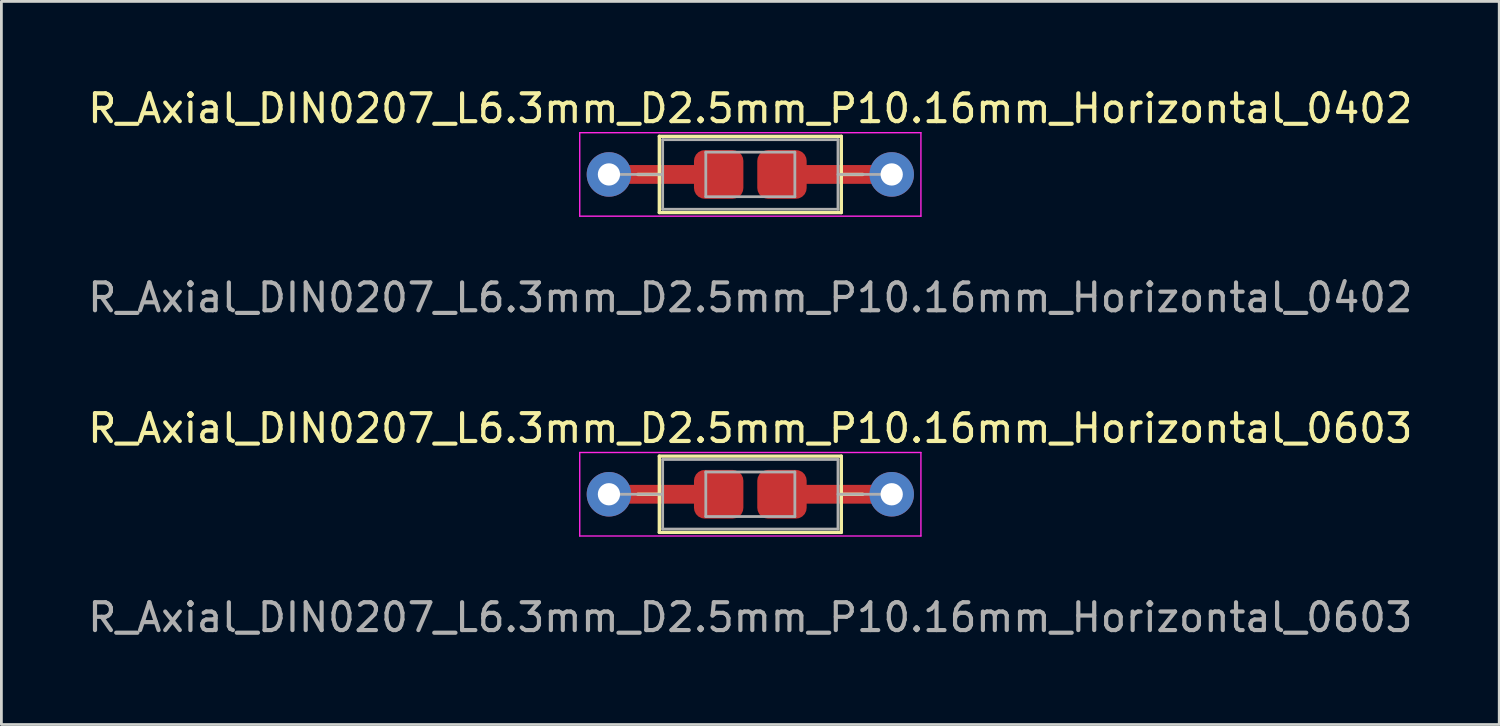
<source format=kicad_pcb>
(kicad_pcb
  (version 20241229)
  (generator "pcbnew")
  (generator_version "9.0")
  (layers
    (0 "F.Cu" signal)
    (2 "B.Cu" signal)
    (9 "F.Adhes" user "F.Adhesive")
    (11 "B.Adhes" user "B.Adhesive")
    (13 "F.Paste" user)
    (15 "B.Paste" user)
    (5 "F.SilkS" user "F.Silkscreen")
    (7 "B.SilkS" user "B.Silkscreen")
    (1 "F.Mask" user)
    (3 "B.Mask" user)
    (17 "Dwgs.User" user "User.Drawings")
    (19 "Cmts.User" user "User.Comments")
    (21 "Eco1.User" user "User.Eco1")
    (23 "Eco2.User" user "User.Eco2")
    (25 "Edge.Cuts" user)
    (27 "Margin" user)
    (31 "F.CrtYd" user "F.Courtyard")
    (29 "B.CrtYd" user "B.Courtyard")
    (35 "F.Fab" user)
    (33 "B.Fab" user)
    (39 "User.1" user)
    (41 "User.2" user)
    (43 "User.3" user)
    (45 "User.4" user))
  (footprint "R_Axial_DIN0207_L6.3mm_D2.5mm_P10.16mm_Horizontal_0603"
    (layer "F.Cu")
    (at 23.911 14.71)
    (property "Reference" "R_Axial_DIN0207_L6.3mm_D2.5mm_P10.16mm_Horizontal_0603" (at 0 -2.37 0) (layer "F.SilkS") (effects (font (size 1 1) (thickness 0.15))))
    (attr through_hole)
    (fp_line (start -4.04 0) (end -3.27 0) (stroke (width 0.12) (type solid)) (layer "F.SilkS"))
    (fp_line (start -3.27 -1.37) (end -3.27 1.37) (stroke (width 0.12) (type solid)) (layer "F.SilkS"))
    (fp_line (start -3.27 1.37) (end 3.27 1.37) (stroke (width 0.12) (type solid)) (layer "F.SilkS"))
    (fp_line (start 3.27 -1.37) (end -3.27 -1.37) (stroke (width 0.12) (type solid)) (layer "F.SilkS"))
    (fp_line (start 3.27 1.37) (end 3.27 -1.37) (stroke (width 0.12) (type solid)) (layer "F.SilkS"))
    (fp_line (start 4.04 0) (end 3.27 0) (stroke (width 0.12) (type solid)) (layer "F.SilkS"))
    (fp_line (start -6.13 -1.5) (end -6.13 1.5) (stroke (width 0.05) (type solid)) (layer "F.CrtYd"))
    (fp_line (start -6.13 1.5) (end 6.13 1.5) (stroke (width 0.05) (type solid)) (layer "F.CrtYd"))
    (fp_line (start 6.13 -1.5) (end -6.13 -1.5) (stroke (width 0.05) (type solid)) (layer "F.CrtYd"))
    (fp_line (start 6.13 1.5) (end 6.13 -1.5) (stroke (width 0.05) (type solid)) (layer "F.CrtYd"))
    (fp_line (start -5.08 0) (end -3.15 0) (stroke (width 0.1) (type solid)) (layer "F.Fab"))
    (fp_line (start -3.15 -1.25) (end -3.15 1.25) (stroke (width 0.1) (type solid)) (layer "F.Fab"))
    (fp_line (start -3.15 1.25) (end 3.15 1.25) (stroke (width 0.1) (type solid)) (layer "F.Fab"))
    (fp_line (start -1.6 -0.8) (end 1.6 -0.8) (stroke (width 0.1) (type solid)) (layer "F.Fab"))
    (fp_line (start -1.6 0.8) (end -1.6 -0.8) (stroke (width 0.1) (type solid)) (layer "F.Fab"))
    (fp_line (start 1.6 -0.8) (end 1.6 0.8) (stroke (width 0.1) (type solid)) (layer "F.Fab"))
    (fp_line (start 1.6 0.8) (end -1.6 0.8) (stroke (width 0.1) (type solid)) (layer "F.Fab"))
    (fp_line (start 3.15 -1.25) (end -3.15 -1.25) (stroke (width 0.1) (type solid)) (layer "F.Fab"))
    (fp_line (start 3.15 1.25) (end 3.15 -1.25) (stroke (width 0.1) (type solid)) (layer "F.Fab"))
    (fp_line (start 5.08 0) (end 3.15 0) (stroke (width 0.1) (type solid)) (layer "F.Fab"))
    (fp_text user "${REFERENCE}" (at 0 4.425 0) (layer "F.Fab") (effects (font (size 1 1) (thickness 0.15))))
    (pad "1" thru_hole circle (at -5.08 0) (size 1.6 1.6) (drill 0.8) (layers "*.Cu" "*.Mask"))
    (pad "1" smd rect (at -3.15 0) (size 2.987 0.675) (layers "F.Cu"))
    (pad "1" smd roundrect (at -1.137 0) (size 1.775 1.75) (layers "F.Cu" "F.Mask" "F.Paste") (roundrect_rratio 0.222))
    (pad "2" smd roundrect (at 1.137 0) (size 1.775 1.75) (layers "F.Cu" "F.Mask" "F.Paste") (roundrect_rratio 0.222))
    (pad "2" smd rect (at 3.025 0) (size 2.987 0.675) (layers "F.Cu"))
    (pad "2" thru_hole oval (at 5.08 0) (size 1.6 1.6) (drill 0.8) (layers "*.Cu" "*.Mask")))
  (footprint "R_Axial_DIN0207_L6.3mm_D2.5mm_P10.16mm_Horizontal_0402"
    (layer "F.Cu")
    (at 23.911 3.218)
    (property "Reference" "R_Axial_DIN0207_L6.3mm_D2.5mm_P10.16mm_Horizontal_0402" (at 0 -2.37 0) (layer "F.SilkS") (effects (font (size 1 1) (thickness 0.15))))
    (attr through_hole)
    (fp_line (start -4.04 0) (end -3.27 0) (stroke (width 0.12) (type solid)) (layer "F.SilkS"))
    (fp_line (start -3.27 -1.37) (end -3.27 1.37) (stroke (width 0.12) (type solid)) (layer "F.SilkS"))
    (fp_line (start -3.27 1.37) (end 3.27 1.37) (stroke (width 0.12) (type solid)) (layer "F.SilkS"))
    (fp_line (start 3.27 -1.37) (end -3.27 -1.37) (stroke (width 0.12) (type solid)) (layer "F.SilkS"))
    (fp_line (start 3.27 1.37) (end 3.27 -1.37) (stroke (width 0.12) (type solid)) (layer "F.SilkS"))
    (fp_line (start 4.04 0) (end 3.27 0) (stroke (width 0.12) (type solid)) (layer "F.SilkS"))
    (fp_line (start -6.13 -1.5) (end -6.13 1.5) (stroke (width 0.05) (type solid)) (layer "F.CrtYd"))
    (fp_line (start -6.13 1.5) (end 6.13 1.5) (stroke (width 0.05) (type solid)) (layer "F.CrtYd"))
    (fp_line (start 6.13 -1.5) (end -6.13 -1.5) (stroke (width 0.05) (type solid)) (layer "F.CrtYd"))
    (fp_line (start 6.13 1.5) (end 6.13 -1.5) (stroke (width 0.05) (type solid)) (layer "F.CrtYd"))
    (fp_line (start -5.08 0) (end -3.15 0) (stroke (width 0.1) (type solid)) (layer "F.Fab"))
    (fp_line (start -3.15 -1.25) (end -3.15 1.25) (stroke (width 0.1) (type solid)) (layer "F.Fab"))
    (fp_line (start -3.15 1.25) (end 3.15 1.25) (stroke (width 0.1) (type solid)) (layer "F.Fab"))
    (fp_line (start -1.6 -0.8) (end 1.6 -0.8) (stroke (width 0.1) (type solid)) (layer "F.Fab"))
    (fp_line (start -1.6 0.8) (end -1.6 -0.8) (stroke (width 0.1) (type solid)) (layer "F.Fab"))
    (fp_line (start 1.6 -0.8) (end 1.6 0.8) (stroke (width 0.1) (type solid)) (layer "F.Fab"))
    (fp_line (start 1.6 0.8) (end -1.6 0.8) (stroke (width 0.1) (type solid)) (layer "F.Fab"))
    (fp_line (start 3.15 -1.25) (end -3.15 -1.25) (stroke (width 0.1) (type solid)) (layer "F.Fab"))
    (fp_line (start 3.15 1.25) (end 3.15 -1.25) (stroke (width 0.1) (type solid)) (layer "F.Fab"))
    (fp_line (start 5.08 0) (end 3.15 0) (stroke (width 0.1) (type solid)) (layer "F.Fab"))
    (fp_text user "${REFERENCE}" (at 0 4.425 0) (layer "F.Fab") (effects (font (size 1 1) (thickness 0.15))))
    (pad "1" thru_hole circle (at -5.08 0) (size 1.6 1.6) (drill 0.8) (layers "*.Cu" "*.Mask"))
    (pad "1" smd rect (at -3.15 0) (size 2.987 0.675) (layers "F.Cu"))
    (pad "1" smd roundrect (at -1.137 0) (size 1.775 1.75) (layers "F.Cu" "F.Mask" "F.Paste") (roundrect_rratio 0.222))
    (pad "2" smd roundrect (at 1.137 0) (size 1.775 1.75) (layers "F.Cu" "F.Mask" "F.Paste") (roundrect_rratio 0.222))
    (pad "2" smd rect (at 3.025 0) (size 2.987 0.675) (layers "F.Cu"))
    (pad "2" thru_hole oval (at 5.08 0) (size 1.6 1.6) (drill 0.8) (layers "*.Cu" "*.Mask")))
  (gr_rect
    (start -3 -3)
    (end 50.821 22.983)
    (stroke (width 0.1) (type default))
    (fill no)
    (layer "Edge.Cuts")))
</source>
